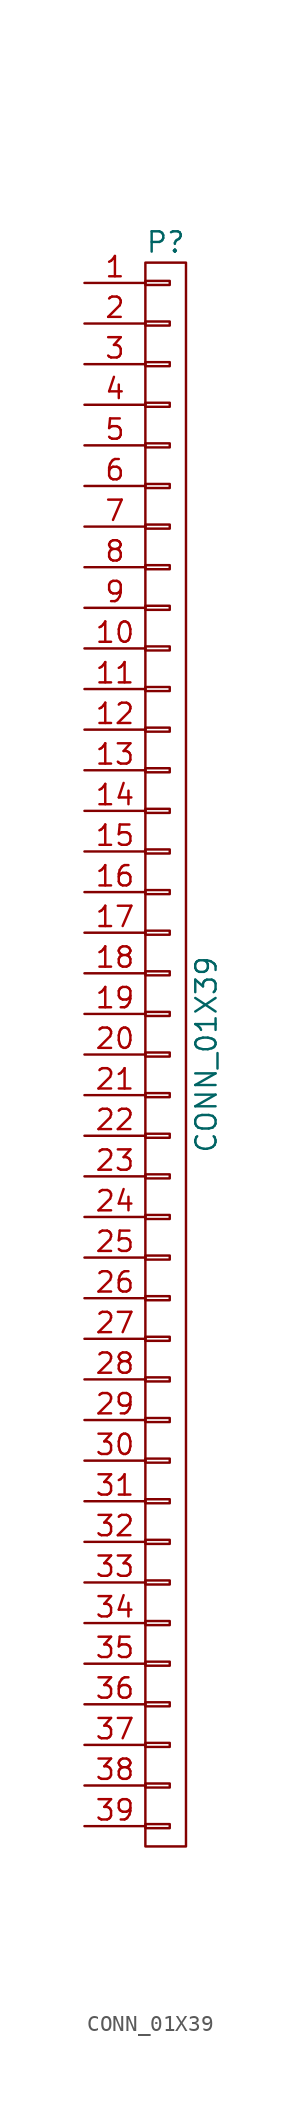
<source format=kicad_sym>
(kicad_symbol_lib
  (version 20231120)
  (generator "kicad_symbol_editor")
  (generator_version "8.0")
  (symbol "CONN_01X39"
    (pin_names
      (offset 1.016) hide)
    (property "Reference" "P"
      (at 0 50.8 0)
      (effects (font (size 1.27 1.27))))
    (property "Value" "CONN_01X39"
      (at 2.54 0 90)
      (effects (font (size 1.27 1.27))))
    (property "Footprint" ""
      (at 0 0 0)
      (effects (font (size 1.27 1.27))))
    (property "Datasheet" ""
      (at 0 0 0)
      (effects (font (size 1.27 1.27))))
    (symbol "CONN_01X39_0_1"
      (rectangle (start -1.27 -49.53) (end 1.27 49.53) (stroke (width 0) (type solid)) (fill (type none)))
      (rectangle (start -1.27 -48.133) (end 0.254 -48.387) (stroke (width 0) (type solid)) (fill (type none)))
      (rectangle (start -1.27 -45.593) (end 0.254 -45.847) (stroke (width 0) (type solid)) (fill (type none)))
      (rectangle (start -1.27 -43.053) (end 0.254 -43.307) (stroke (width 0) (type solid)) (fill (type none)))
      (rectangle (start -1.27 -40.513) (end 0.254 -40.767) (stroke (width 0) (type solid)) (fill (type none)))
      (rectangle (start -1.27 -37.973) (end 0.254 -38.227) (stroke (width 0) (type solid)) (fill (type none)))
      (rectangle (start -1.27 -35.433) (end 0.254 -35.687) (stroke (width 0) (type solid)) (fill (type none)))
      (rectangle (start -1.27 -32.893) (end 0.254 -33.147) (stroke (width 0) (type solid)) (fill (type none)))
      (rectangle (start -1.27 -30.353) (end 0.254 -30.607) (stroke (width 0) (type solid)) (fill (type none)))
      (rectangle (start -1.27 -27.813) (end 0.254 -28.067) (stroke (width 0) (type solid)) (fill (type none)))
      (rectangle (start -1.27 -25.273) (end 0.254 -25.527) (stroke (width 0) (type solid)) (fill (type none)))
      (rectangle (start -1.27 -22.733) (end 0.254 -22.987) (stroke (width 0) (type solid)) (fill (type none)))
      (rectangle (start -1.27 -20.193) (end 0.254 -20.447) (stroke (width 0) (type solid)) (fill (type none)))
      (rectangle (start -1.27 -17.653) (end 0.254 -17.907) (stroke (width 0) (type solid)) (fill (type none)))
      (rectangle (start -1.27 -15.113) (end 0.254 -15.367) (stroke (width 0) (type solid)) (fill (type none)))
      (rectangle (start -1.27 -12.573) (end 0.254 -12.827) (stroke (width 0) (type solid)) (fill (type none)))
      (rectangle (start -1.27 -10.033) (end 0.254 -10.287) (stroke (width 0) (type solid)) (fill (type none)))
      (rectangle (start -1.27 -7.493) (end 0.254 -7.747) (stroke (width 0) (type solid)) (fill (type none)))
      (rectangle (start -1.27 -4.953) (end 0.254 -5.207) (stroke (width 0) (type solid)) (fill (type none)))
      (rectangle (start -1.27 -2.413) (end 0.254 -2.667) (stroke (width 0) (type solid)) (fill (type none)))
      (rectangle (start -1.27 0.127) (end 0.254 -0.127) (stroke (width 0) (type solid)) (fill (type none)))
      (rectangle (start -1.27 2.667) (end 0.254 2.413) (stroke (width 0) (type solid)) (fill (type none)))
      (rectangle (start -1.27 5.207) (end 0.254 4.953) (stroke (width 0) (type solid)) (fill (type none)))
      (rectangle (start -1.27 7.747) (end 0.254 7.493) (stroke (width 0) (type solid)) (fill (type none)))
      (rectangle (start -1.27 10.287) (end 0.254 10.033) (stroke (width 0) (type solid)) (fill (type none)))
      (rectangle (start -1.27 12.827) (end 0.254 12.573) (stroke (width 0) (type solid)) (fill (type none)))
      (rectangle (start -1.27 15.367) (end 0.254 15.113) (stroke (width 0) (type solid)) (fill (type none)))
      (rectangle (start -1.27 17.907) (end 0.254 17.653) (stroke (width 0) (type solid)) (fill (type none)))
      (rectangle (start -1.27 20.447) (end 0.254 20.193) (stroke (width 0) (type solid)) (fill (type none)))
      (rectangle (start -1.27 22.987) (end 0.254 22.733) (stroke (width 0) (type solid)) (fill (type none)))
      (rectangle (start -1.27 25.527) (end 0.254 25.273) (stroke (width 0) (type solid)) (fill (type none)))
      (rectangle (start -1.27 28.067) (end 0.254 27.813) (stroke (width 0) (type solid)) (fill (type none)))
      (rectangle (start -1.27 30.607) (end 0.254 30.353) (stroke (width 0) (type solid)) (fill (type none)))
      (rectangle (start -1.27 33.147) (end 0.254 32.893) (stroke (width 0) (type solid)) (fill (type none)))
      (rectangle (start -1.27 35.687) (end 0.254 35.433) (stroke (width 0) (type solid)) (fill (type none)))
      (rectangle (start -1.27 38.227) (end 0.254 37.973) (stroke (width 0) (type solid)) (fill (type none)))
      (rectangle (start -1.27 40.767) (end 0.254 40.513) (stroke (width 0) (type solid)) (fill (type none)))
      (rectangle (start -1.27 43.307) (end 0.254 43.053) (stroke (width 0) (type solid)) (fill (type none)))
      (rectangle (start -1.27 45.847) (end 0.254 45.593) (stroke (width 0) (type solid)) (fill (type none)))
      (rectangle (start -1.27 48.387) (end 0.254 48.133) (stroke (width 0) (type solid)) (fill (type none))))
    (symbol "CONN_01X39_1_1"
      (pin passive line (at -5.08 48.26 0) (length 3.81) (name "P1" (effects (font (size 1.27 1.27)))) (number "1" (effects (font (size 1.27 1.27)))))
      (pin passive line (at -5.08 25.4 0) (length 3.81) (name "P10" (effects (font (size 1.27 1.27)))) (number "10" (effects (font (size 1.27 1.27)))))
      (pin passive line (at -5.08 22.86 0) (length 3.81) (name "P11" (effects (font (size 1.27 1.27)))) (number "11" (effects (font (size 1.27 1.27)))))
      (pin passive line (at -5.08 20.32 0) (length 3.81) (name "P12" (effects (font (size 1.27 1.27)))) (number "12" (effects (font (size 1.27 1.27)))))
      (pin passive line (at -5.08 17.78 0) (length 3.81) (name "P13" (effects (font (size 1.27 1.27)))) (number "13" (effects (font (size 1.27 1.27)))))
      (pin passive line (at -5.08 15.24 0) (length 3.81) (name "P14" (effects (font (size 1.27 1.27)))) (number "14" (effects (font (size 1.27 1.27)))))
      (pin passive line (at -5.08 12.7 0) (length 3.81) (name "P15" (effects (font (size 1.27 1.27)))) (number "15" (effects (font (size 1.27 1.27)))))
      (pin passive line (at -5.08 10.16 0) (length 3.81) (name "P16" (effects (font (size 1.27 1.27)))) (number "16" (effects (font (size 1.27 1.27)))))
      (pin passive line (at -5.08 7.62 0) (length 3.81) (name "P17" (effects (font (size 1.27 1.27)))) (number "17" (effects (font (size 1.27 1.27)))))
      (pin passive line (at -5.08 5.08 0) (length 3.81) (name "P18" (effects (font (size 1.27 1.27)))) (number "18" (effects (font (size 1.27 1.27)))))
      (pin passive line (at -5.08 2.54 0) (length 3.81) (name "P19" (effects (font (size 1.27 1.27)))) (number "19" (effects (font (size 1.27 1.27)))))
      (pin passive line (at -5.08 45.72 0) (length 3.81) (name "P2" (effects (font (size 1.27 1.27)))) (number "2" (effects (font (size 1.27 1.27)))))
      (pin passive line (at -5.08 0 0) (length 3.81) (name "P20" (effects (font (size 1.27 1.27)))) (number "20" (effects (font (size 1.27 1.27)))))
      (pin passive line (at -5.08 -2.54 0) (length 3.81) (name "P21" (effects (font (size 1.27 1.27)))) (number "21" (effects (font (size 1.27 1.27)))))
      (pin passive line (at -5.08 -5.08 0) (length 3.81) (name "P22" (effects (font (size 1.27 1.27)))) (number "22" (effects (font (size 1.27 1.27)))))
      (pin passive line (at -5.08 -7.62 0) (length 3.81) (name "P23" (effects (font (size 1.27 1.27)))) (number "23" (effects (font (size 1.27 1.27)))))
      (pin passive line (at -5.08 -10.16 0) (length 3.81) (name "P24" (effects (font (size 1.27 1.27)))) (number "24" (effects (font (size 1.27 1.27)))))
      (pin passive line (at -5.08 -12.7 0) (length 3.81) (name "P25" (effects (font (size 1.27 1.27)))) (number "25" (effects (font (size 1.27 1.27)))))
      (pin passive line (at -5.08 -15.24 0) (length 3.81) (name "P26" (effects (font (size 1.27 1.27)))) (number "26" (effects (font (size 1.27 1.27)))))
      (pin passive line (at -5.08 -17.78 0) (length 3.81) (name "P27" (effects (font (size 1.27 1.27)))) (number "27" (effects (font (size 1.27 1.27)))))
      (pin passive line (at -5.08 -20.32 0) (length 3.81) (name "P28" (effects (font (size 1.27 1.27)))) (number "28" (effects (font (size 1.27 1.27)))))
      (pin passive line (at -5.08 -22.86 0) (length 3.81) (name "P29" (effects (font (size 1.27 1.27)))) (number "29" (effects (font (size 1.27 1.27)))))
      (pin passive line (at -5.08 43.18 0) (length 3.81) (name "P3" (effects (font (size 1.27 1.27)))) (number "3" (effects (font (size 1.27 1.27)))))
      (pin passive line (at -5.08 -25.4 0) (length 3.81) (name "P30" (effects (font (size 1.27 1.27)))) (number "30" (effects (font (size 1.27 1.27)))))
      (pin passive line (at -5.08 -27.94 0) (length 3.81) (name "P31" (effects (font (size 1.27 1.27)))) (number "31" (effects (font (size 1.27 1.27)))))
      (pin passive line (at -5.08 -30.48 0) (length 3.81) (name "P32" (effects (font (size 1.27 1.27)))) (number "32" (effects (font (size 1.27 1.27)))))
      (pin passive line (at -5.08 -33.02 0) (length 3.81) (name "P33" (effects (font (size 1.27 1.27)))) (number "33" (effects (font (size 1.27 1.27)))))
      (pin passive line (at -5.08 -35.56 0) (length 3.81) (name "P34" (effects (font (size 1.27 1.27)))) (number "34" (effects (font (size 1.27 1.27)))))
      (pin passive line (at -5.08 -38.1 0) (length 3.81) (name "P35" (effects (font (size 1.27 1.27)))) (number "35" (effects (font (size 1.27 1.27)))))
      (pin passive line (at -5.08 -40.64 0) (length 3.81) (name "P36" (effects (font (size 1.27 1.27)))) (number "36" (effects (font (size 1.27 1.27)))))
      (pin passive line (at -5.08 -43.18 0) (length 3.81) (name "P37" (effects (font (size 1.27 1.27)))) (number "37" (effects (font (size 1.27 1.27)))))
      (pin passive line (at -5.08 -45.72 0) (length 3.81) (name "P38" (effects (font (size 1.27 1.27)))) (number "38" (effects (font (size 1.27 1.27)))))
      (pin passive line (at -5.08 -48.26 0) (length 3.81) (name "P39" (effects (font (size 1.27 1.27)))) (number "39" (effects (font (size 1.27 1.27)))))
      (pin passive line (at -5.08 40.64 0) (length 3.81) (name "P4" (effects (font (size 1.27 1.27)))) (number "4" (effects (font (size 1.27 1.27)))))
      (pin passive line (at -5.08 38.1 0) (length 3.81) (name "P5" (effects (font (size 1.27 1.27)))) (number "5" (effects (font (size 1.27 1.27)))))
      (pin passive line (at -5.08 35.56 0) (length 3.81) (name "P6" (effects (font (size 1.27 1.27)))) (number "6" (effects (font (size 1.27 1.27)))))
      (pin passive line (at -5.08 33.02 0) (length 3.81) (name "P7" (effects (font (size 1.27 1.27)))) (number "7" (effects (font (size 1.27 1.27)))))
      (pin passive line (at -5.08 30.48 0) (length 3.81) (name "P8" (effects (font (size 1.27 1.27)))) (number "8" (effects (font (size 1.27 1.27)))))
      (pin passive line (at -5.08 27.94 0) (length 3.81) (name "P9" (effects (font (size 1.27 1.27)))) (number "9" (effects (font (size 1.27 1.27))))))))
</source>
